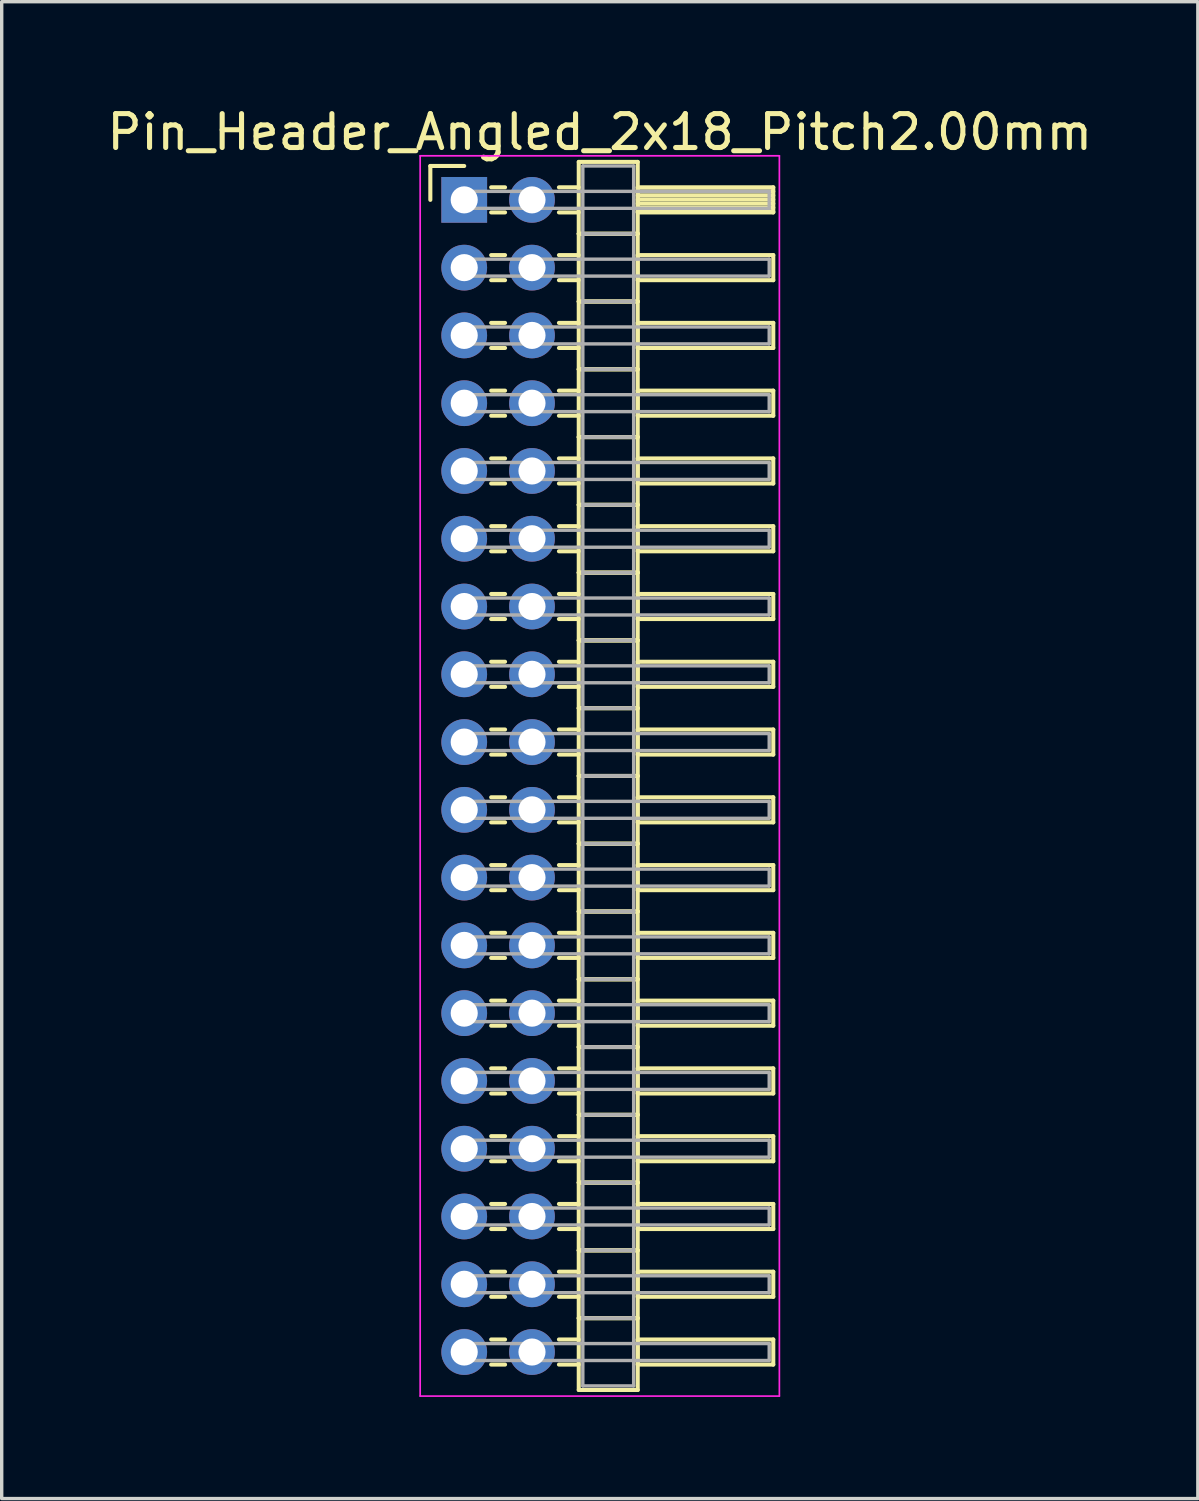
<source format=kicad_pcb>
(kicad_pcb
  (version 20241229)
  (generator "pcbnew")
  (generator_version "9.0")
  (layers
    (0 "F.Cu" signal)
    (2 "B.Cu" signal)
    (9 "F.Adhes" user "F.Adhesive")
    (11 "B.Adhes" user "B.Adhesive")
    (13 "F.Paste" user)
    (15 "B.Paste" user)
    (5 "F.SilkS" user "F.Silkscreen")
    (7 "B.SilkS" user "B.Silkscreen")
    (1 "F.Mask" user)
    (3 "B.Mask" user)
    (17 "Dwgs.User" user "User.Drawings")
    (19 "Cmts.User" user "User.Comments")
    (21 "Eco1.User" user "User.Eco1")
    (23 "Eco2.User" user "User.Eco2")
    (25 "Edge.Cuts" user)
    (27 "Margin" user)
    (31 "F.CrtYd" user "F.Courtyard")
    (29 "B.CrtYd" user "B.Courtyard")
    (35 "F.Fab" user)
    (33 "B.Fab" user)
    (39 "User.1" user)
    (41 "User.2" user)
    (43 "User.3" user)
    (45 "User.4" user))
  (footprint "Pin_Header_Angled_2x18_Pitch2.00mm"
    (layer "F.Cu")
    (at 10.649 2.848)
    (property "Reference" "Pin_Header_Angled_2x18_Pitch2.00mm" (at 4 -2 0) (layer "F.SilkS") (effects (font (size 1 1) (thickness 0.15))))
    (attr through_hole)
    (fp_line (start -1 -1) (end 0 -1) (stroke (width 0.12) (type solid)) (layer "F.SilkS"))
    (fp_line (start -1 0) (end -1 -1) (stroke (width 0.12) (type solid)) (layer "F.SilkS"))
    (fp_line (start 0.795 -0.37) (end 1.205 -0.37) (stroke (width 0.12) (type solid)) (layer "F.SilkS"))
    (fp_line (start 0.795 0.37) (end 1.205 0.37) (stroke (width 0.12) (type solid)) (layer "F.SilkS"))
    (fp_line (start 0.795 1.63) (end 1.205 1.63) (stroke (width 0.12) (type solid)) (layer "F.SilkS"))
    (fp_line (start 0.795 2.37) (end 1.205 2.37) (stroke (width 0.12) (type solid)) (layer "F.SilkS"))
    (fp_line (start 0.795 3.63) (end 1.205 3.63) (stroke (width 0.12) (type solid)) (layer "F.SilkS"))
    (fp_line (start 0.795 4.37) (end 1.205 4.37) (stroke (width 0.12) (type solid)) (layer "F.SilkS"))
    (fp_line (start 0.795 5.63) (end 1.205 5.63) (stroke (width 0.12) (type solid)) (layer "F.SilkS"))
    (fp_line (start 0.795 6.37) (end 1.205 6.37) (stroke (width 0.12) (type solid)) (layer "F.SilkS"))
    (fp_line (start 0.795 7.63) (end 1.205 7.63) (stroke (width 0.12) (type solid)) (layer "F.SilkS"))
    (fp_line (start 0.795 8.37) (end 1.205 8.37) (stroke (width 0.12) (type solid)) (layer "F.SilkS"))
    (fp_line (start 0.795 9.63) (end 1.205 9.63) (stroke (width 0.12) (type solid)) (layer "F.SilkS"))
    (fp_line (start 0.795 10.37) (end 1.205 10.37) (stroke (width 0.12) (type solid)) (layer "F.SilkS"))
    (fp_line (start 0.795 11.63) (end 1.205 11.63) (stroke (width 0.12) (type solid)) (layer "F.SilkS"))
    (fp_line (start 0.795 12.37) (end 1.205 12.37) (stroke (width 0.12) (type solid)) (layer "F.SilkS"))
    (fp_line (start 0.795 13.63) (end 1.205 13.63) (stroke (width 0.12) (type solid)) (layer "F.SilkS"))
    (fp_line (start 0.795 14.37) (end 1.205 14.37) (stroke (width 0.12) (type solid)) (layer "F.SilkS"))
    (fp_line (start 0.795 15.63) (end 1.205 15.63) (stroke (width 0.12) (type solid)) (layer "F.SilkS"))
    (fp_line (start 0.795 16.37) (end 1.205 16.37) (stroke (width 0.12) (type solid)) (layer "F.SilkS"))
    (fp_line (start 0.795 17.63) (end 1.205 17.63) (stroke (width 0.12) (type solid)) (layer "F.SilkS"))
    (fp_line (start 0.795 18.37) (end 1.205 18.37) (stroke (width 0.12) (type solid)) (layer "F.SilkS"))
    (fp_line (start 0.795 19.63) (end 1.205 19.63) (stroke (width 0.12) (type solid)) (layer "F.SilkS"))
    (fp_line (start 0.795 20.37) (end 1.205 20.37) (stroke (width 0.12) (type solid)) (layer "F.SilkS"))
    (fp_line (start 0.795 21.63) (end 1.205 21.63) (stroke (width 0.12) (type solid)) (layer "F.SilkS"))
    (fp_line (start 0.795 22.37) (end 1.205 22.37) (stroke (width 0.12) (type solid)) (layer "F.SilkS"))
    (fp_line (start 0.795 23.63) (end 1.205 23.63) (stroke (width 0.12) (type solid)) (layer "F.SilkS"))
    (fp_line (start 0.795 24.37) (end 1.205 24.37) (stroke (width 0.12) (type solid)) (layer "F.SilkS"))
    (fp_line (start 0.795 25.63) (end 1.205 25.63) (stroke (width 0.12) (type solid)) (layer "F.SilkS"))
    (fp_line (start 0.795 26.37) (end 1.205 26.37) (stroke (width 0.12) (type solid)) (layer "F.SilkS"))
    (fp_line (start 0.795 27.63) (end 1.205 27.63) (stroke (width 0.12) (type solid)) (layer "F.SilkS"))
    (fp_line (start 0.795 28.37) (end 1.205 28.37) (stroke (width 0.12) (type solid)) (layer "F.SilkS"))
    (fp_line (start 0.795 29.63) (end 1.205 29.63) (stroke (width 0.12) (type solid)) (layer "F.SilkS"))
    (fp_line (start 0.795 30.37) (end 1.205 30.37) (stroke (width 0.12) (type solid)) (layer "F.SilkS"))
    (fp_line (start 0.795 31.63) (end 1.205 31.63) (stroke (width 0.12) (type solid)) (layer "F.SilkS"))
    (fp_line (start 0.795 32.37) (end 1.205 32.37) (stroke (width 0.12) (type solid)) (layer "F.SilkS"))
    (fp_line (start 0.795 33.63) (end 1.205 33.63) (stroke (width 0.12) (type solid)) (layer "F.SilkS"))
    (fp_line (start 0.795 34.37) (end 1.205 34.37) (stroke (width 0.12) (type solid)) (layer "F.SilkS"))
    (fp_line (start 2.795 -0.37) (end 3.38 -0.37) (stroke (width 0.12) (type solid)) (layer "F.SilkS"))
    (fp_line (start 2.795 0.37) (end 3.38 0.37) (stroke (width 0.12) (type solid)) (layer "F.SilkS"))
    (fp_line (start 2.795 1.63) (end 3.38 1.63) (stroke (width 0.12) (type solid)) (layer "F.SilkS"))
    (fp_line (start 2.795 2.37) (end 3.38 2.37) (stroke (width 0.12) (type solid)) (layer "F.SilkS"))
    (fp_line (start 2.795 3.63) (end 3.38 3.63) (stroke (width 0.12) (type solid)) (layer "F.SilkS"))
    (fp_line (start 2.795 4.37) (end 3.38 4.37) (stroke (width 0.12) (type solid)) (layer "F.SilkS"))
    (fp_line (start 2.795 5.63) (end 3.38 5.63) (stroke (width 0.12) (type solid)) (layer "F.SilkS"))
    (fp_line (start 2.795 6.37) (end 3.38 6.37) (stroke (width 0.12) (type solid)) (layer "F.SilkS"))
    (fp_line (start 2.795 7.63) (end 3.38 7.63) (stroke (width 0.12) (type solid)) (layer "F.SilkS"))
    (fp_line (start 2.795 8.37) (end 3.38 8.37) (stroke (width 0.12) (type solid)) (layer "F.SilkS"))
    (fp_line (start 2.795 9.63) (end 3.38 9.63) (stroke (width 0.12) (type solid)) (layer "F.SilkS"))
    (fp_line (start 2.795 10.37) (end 3.38 10.37) (stroke (width 0.12) (type solid)) (layer "F.SilkS"))
    (fp_line (start 2.795 11.63) (end 3.38 11.63) (stroke (width 0.12) (type solid)) (layer "F.SilkS"))
    (fp_line (start 2.795 12.37) (end 3.38 12.37) (stroke (width 0.12) (type solid)) (layer "F.SilkS"))
    (fp_line (start 2.795 13.63) (end 3.38 13.63) (stroke (width 0.12) (type solid)) (layer "F.SilkS"))
    (fp_line (start 2.795 14.37) (end 3.38 14.37) (stroke (width 0.12) (type solid)) (layer "F.SilkS"))
    (fp_line (start 2.795 15.63) (end 3.38 15.63) (stroke (width 0.12) (type solid)) (layer "F.SilkS"))
    (fp_line (start 2.795 16.37) (end 3.38 16.37) (stroke (width 0.12) (type solid)) (layer "F.SilkS"))
    (fp_line (start 2.795 17.63) (end 3.38 17.63) (stroke (width 0.12) (type solid)) (layer "F.SilkS"))
    (fp_line (start 2.795 18.37) (end 3.38 18.37) (stroke (width 0.12) (type solid)) (layer "F.SilkS"))
    (fp_line (start 2.795 19.63) (end 3.38 19.63) (stroke (width 0.12) (type solid)) (layer "F.SilkS"))
    (fp_line (start 2.795 20.37) (end 3.38 20.37) (stroke (width 0.12) (type solid)) (layer "F.SilkS"))
    (fp_line (start 2.795 21.63) (end 3.38 21.63) (stroke (width 0.12) (type solid)) (layer "F.SilkS"))
    (fp_line (start 2.795 22.37) (end 3.38 22.37) (stroke (width 0.12) (type solid)) (layer "F.SilkS"))
    (fp_line (start 2.795 23.63) (end 3.38 23.63) (stroke (width 0.12) (type solid)) (layer "F.SilkS"))
    (fp_line (start 2.795 24.37) (end 3.38 24.37) (stroke (width 0.12) (type solid)) (layer "F.SilkS"))
    (fp_line (start 2.795 25.63) (end 3.38 25.63) (stroke (width 0.12) (type solid)) (layer "F.SilkS"))
    (fp_line (start 2.795 26.37) (end 3.38 26.37) (stroke (width 0.12) (type solid)) (layer "F.SilkS"))
    (fp_line (start 2.795 27.63) (end 3.38 27.63) (stroke (width 0.12) (type solid)) (layer "F.SilkS"))
    (fp_line (start 2.795 28.37) (end 3.38 28.37) (stroke (width 0.12) (type solid)) (layer "F.SilkS"))
    (fp_line (start 2.795 29.63) (end 3.38 29.63) (stroke (width 0.12) (type solid)) (layer "F.SilkS"))
    (fp_line (start 2.795 30.37) (end 3.38 30.37) (stroke (width 0.12) (type solid)) (layer "F.SilkS"))
    (fp_line (start 2.795 31.63) (end 3.38 31.63) (stroke (width 0.12) (type solid)) (layer "F.SilkS"))
    (fp_line (start 2.795 32.37) (end 3.38 32.37) (stroke (width 0.12) (type solid)) (layer "F.SilkS"))
    (fp_line (start 2.795 33.63) (end 3.38 33.63) (stroke (width 0.12) (type solid)) (layer "F.SilkS"))
    (fp_line (start 2.795 34.37) (end 3.38 34.37) (stroke (width 0.12) (type solid)) (layer "F.SilkS"))
    (fp_line (start 3.38 -1.12) (end 3.38 1) (stroke (width 0.12) (type solid)) (layer "F.SilkS"))
    (fp_line (start 3.38 1) (end 3.38 3) (stroke (width 0.12) (type solid)) (layer "F.SilkS"))
    (fp_line (start 3.38 1) (end 5.12 1) (stroke (width 0.12) (type solid)) (layer "F.SilkS"))
    (fp_line (start 3.38 3) (end 3.38 5) (stroke (width 0.12) (type solid)) (layer "F.SilkS"))
    (fp_line (start 3.38 3) (end 5.12 3) (stroke (width 0.12) (type solid)) (layer "F.SilkS"))
    (fp_line (start 3.38 5) (end 3.38 7) (stroke (width 0.12) (type solid)) (layer "F.SilkS"))
    (fp_line (start 3.38 5) (end 5.12 5) (stroke (width 0.12) (type solid)) (layer "F.SilkS"))
    (fp_line (start 3.38 7) (end 3.38 9) (stroke (width 0.12) (type solid)) (layer "F.SilkS"))
    (fp_line (start 3.38 7) (end 5.12 7) (stroke (width 0.12) (type solid)) (layer "F.SilkS"))
    (fp_line (start 3.38 9) (end 3.38 11) (stroke (width 0.12) (type solid)) (layer "F.SilkS"))
    (fp_line (start 3.38 9) (end 5.12 9) (stroke (width 0.12) (type solid)) (layer "F.SilkS"))
    (fp_line (start 3.38 11) (end 3.38 13) (stroke (width 0.12) (type solid)) (layer "F.SilkS"))
    (fp_line (start 3.38 11) (end 5.12 11) (stroke (width 0.12) (type solid)) (layer "F.SilkS"))
    (fp_line (start 3.38 13) (end 3.38 15) (stroke (width 0.12) (type solid)) (layer "F.SilkS"))
    (fp_line (start 3.38 13) (end 5.12 13) (stroke (width 0.12) (type solid)) (layer "F.SilkS"))
    (fp_line (start 3.38 15) (end 3.38 17) (stroke (width 0.12) (type solid)) (layer "F.SilkS"))
    (fp_line (start 3.38 15) (end 5.12 15) (stroke (width 0.12) (type solid)) (layer "F.SilkS"))
    (fp_line (start 3.38 17) (end 3.38 19) (stroke (width 0.12) (type solid)) (layer "F.SilkS"))
    (fp_line (start 3.38 17) (end 5.12 17) (stroke (width 0.12) (type solid)) (layer "F.SilkS"))
    (fp_line (start 3.38 19) (end 3.38 21) (stroke (width 0.12) (type solid)) (layer "F.SilkS"))
    (fp_line (start 3.38 19) (end 5.12 19) (stroke (width 0.12) (type solid)) (layer "F.SilkS"))
    (fp_line (start 3.38 21) (end 3.38 23) (stroke (width 0.12) (type solid)) (layer "F.SilkS"))
    (fp_line (start 3.38 21) (end 5.12 21) (stroke (width 0.12) (type solid)) (layer "F.SilkS"))
    (fp_line (start 3.38 23) (end 3.38 25) (stroke (width 0.12) (type solid)) (layer "F.SilkS"))
    (fp_line (start 3.38 23) (end 5.12 23) (stroke (width 0.12) (type solid)) (layer "F.SilkS"))
    (fp_line (start 3.38 25) (end 3.38 27) (stroke (width 0.12) (type solid)) (layer "F.SilkS"))
    (fp_line (start 3.38 25) (end 5.12 25) (stroke (width 0.12) (type solid)) (layer "F.SilkS"))
    (fp_line (start 3.38 27) (end 3.38 29) (stroke (width 0.12) (type solid)) (layer "F.SilkS"))
    (fp_line (start 3.38 27) (end 5.12 27) (stroke (width 0.12) (type solid)) (layer "F.SilkS"))
    (fp_line (start 3.38 29) (end 3.38 31) (stroke (width 0.12) (type solid)) (layer "F.SilkS"))
    (fp_line (start 3.38 29) (end 5.12 29) (stroke (width 0.12) (type solid)) (layer "F.SilkS"))
    (fp_line (start 3.38 31) (end 3.38 33) (stroke (width 0.12) (type solid)) (layer "F.SilkS"))
    (fp_line (start 3.38 31) (end 5.12 31) (stroke (width 0.12) (type solid)) (layer "F.SilkS"))
    (fp_line (start 3.38 33) (end 3.38 35.12) (stroke (width 0.12) (type solid)) (layer "F.SilkS"))
    (fp_line (start 3.38 33) (end 5.12 33) (stroke (width 0.12) (type solid)) (layer "F.SilkS"))
    (fp_line (start 3.38 35.12) (end 5.12 35.12) (stroke (width 0.12) (type solid)) (layer "F.SilkS"))
    (fp_line (start 5.12 -1.12) (end 3.38 -1.12) (stroke (width 0.12) (type solid)) (layer "F.SilkS"))
    (fp_line (start 5.12 -0.37) (end 5.12 0.37) (stroke (width 0.12) (type solid)) (layer "F.SilkS"))
    (fp_line (start 5.12 -0.25) (end 9.12 -0.25) (stroke (width 0.12) (type solid)) (layer "F.SilkS"))
    (fp_line (start 5.12 -0.13) (end 9.12 -0.13) (stroke (width 0.12) (type solid)) (layer "F.SilkS"))
    (fp_line (start 5.12 -0.01) (end 9.12 -0.01) (stroke (width 0.12) (type solid)) (layer "F.SilkS"))
    (fp_line (start 5.12 0.11) (end 9.12 0.11) (stroke (width 0.12) (type solid)) (layer "F.SilkS"))
    (fp_line (start 5.12 0.23) (end 9.12 0.23) (stroke (width 0.12) (type solid)) (layer "F.SilkS"))
    (fp_line (start 5.12 0.35) (end 9.12 0.35) (stroke (width 0.12) (type solid)) (layer "F.SilkS"))
    (fp_line (start 5.12 0.37) (end 9.12 0.37) (stroke (width 0.12) (type solid)) (layer "F.SilkS"))
    (fp_line (start 5.12 1) (end 3.38 1) (stroke (width 0.12) (type solid)) (layer "F.SilkS"))
    (fp_line (start 5.12 1) (end 5.12 -1.12) (stroke (width 0.12) (type solid)) (layer "F.SilkS"))
    (fp_line (start 5.12 1.63) (end 5.12 2.37) (stroke (width 0.12) (type solid)) (layer "F.SilkS"))
    (fp_line (start 5.12 2.37) (end 9.12 2.37) (stroke (width 0.12) (type solid)) (layer "F.SilkS"))
    (fp_line (start 5.12 3) (end 3.38 3) (stroke (width 0.12) (type solid)) (layer "F.SilkS"))
    (fp_line (start 5.12 3) (end 5.12 1) (stroke (width 0.12) (type solid)) (layer "F.SilkS"))
    (fp_line (start 5.12 3.63) (end 5.12 4.37) (stroke (width 0.12) (type solid)) (layer "F.SilkS"))
    (fp_line (start 5.12 4.37) (end 9.12 4.37) (stroke (width 0.12) (type solid)) (layer "F.SilkS"))
    (fp_line (start 5.12 5) (end 3.38 5) (stroke (width 0.12) (type solid)) (layer "F.SilkS"))
    (fp_line (start 5.12 5) (end 5.12 3) (stroke (width 0.12) (type solid)) (layer "F.SilkS"))
    (fp_line (start 5.12 5.63) (end 5.12 6.37) (stroke (width 0.12) (type solid)) (layer "F.SilkS"))
    (fp_line (start 5.12 6.37) (end 9.12 6.37) (stroke (width 0.12) (type solid)) (layer "F.SilkS"))
    (fp_line (start 5.12 7) (end 3.38 7) (stroke (width 0.12) (type solid)) (layer "F.SilkS"))
    (fp_line (start 5.12 7) (end 5.12 5) (stroke (width 0.12) (type solid)) (layer "F.SilkS"))
    (fp_line (start 5.12 7.63) (end 5.12 8.37) (stroke (width 0.12) (type solid)) (layer "F.SilkS"))
    (fp_line (start 5.12 8.37) (end 9.12 8.37) (stroke (width 0.12) (type solid)) (layer "F.SilkS"))
    (fp_line (start 5.12 9) (end 3.38 9) (stroke (width 0.12) (type solid)) (layer "F.SilkS"))
    (fp_line (start 5.12 9) (end 5.12 7) (stroke (width 0.12) (type solid)) (layer "F.SilkS"))
    (fp_line (start 5.12 9.63) (end 5.12 10.37) (stroke (width 0.12) (type solid)) (layer "F.SilkS"))
    (fp_line (start 5.12 10.37) (end 9.12 10.37) (stroke (width 0.12) (type solid)) (layer "F.SilkS"))
    (fp_line (start 5.12 11) (end 3.38 11) (stroke (width 0.12) (type solid)) (layer "F.SilkS"))
    (fp_line (start 5.12 11) (end 5.12 9) (stroke (width 0.12) (type solid)) (layer "F.SilkS"))
    (fp_line (start 5.12 11.63) (end 5.12 12.37) (stroke (width 0.12) (type solid)) (layer "F.SilkS"))
    (fp_line (start 5.12 12.37) (end 9.12 12.37) (stroke (width 0.12) (type solid)) (layer "F.SilkS"))
    (fp_line (start 5.12 13) (end 3.38 13) (stroke (width 0.12) (type solid)) (layer "F.SilkS"))
    (fp_line (start 5.12 13) (end 5.12 11) (stroke (width 0.12) (type solid)) (layer "F.SilkS"))
    (fp_line (start 5.12 13.63) (end 5.12 14.37) (stroke (width 0.12) (type solid)) (layer "F.SilkS"))
    (fp_line (start 5.12 14.37) (end 9.12 14.37) (stroke (width 0.12) (type solid)) (layer "F.SilkS"))
    (fp_line (start 5.12 15) (end 3.38 15) (stroke (width 0.12) (type solid)) (layer "F.SilkS"))
    (fp_line (start 5.12 15) (end 5.12 13) (stroke (width 0.12) (type solid)) (layer "F.SilkS"))
    (fp_line (start 5.12 15.63) (end 5.12 16.37) (stroke (width 0.12) (type solid)) (layer "F.SilkS"))
    (fp_line (start 5.12 16.37) (end 9.12 16.37) (stroke (width 0.12) (type solid)) (layer "F.SilkS"))
    (fp_line (start 5.12 17) (end 3.38 17) (stroke (width 0.12) (type solid)) (layer "F.SilkS"))
    (fp_line (start 5.12 17) (end 5.12 15) (stroke (width 0.12) (type solid)) (layer "F.SilkS"))
    (fp_line (start 5.12 17.63) (end 5.12 18.37) (stroke (width 0.12) (type solid)) (layer "F.SilkS"))
    (fp_line (start 5.12 18.37) (end 9.12 18.37) (stroke (width 0.12) (type solid)) (layer "F.SilkS"))
    (fp_line (start 5.12 19) (end 3.38 19) (stroke (width 0.12) (type solid)) (layer "F.SilkS"))
    (fp_line (start 5.12 19) (end 5.12 17) (stroke (width 0.12) (type solid)) (layer "F.SilkS"))
    (fp_line (start 5.12 19.63) (end 5.12 20.37) (stroke (width 0.12) (type solid)) (layer "F.SilkS"))
    (fp_line (start 5.12 20.37) (end 9.12 20.37) (stroke (width 0.12) (type solid)) (layer "F.SilkS"))
    (fp_line (start 5.12 21) (end 3.38 21) (stroke (width 0.12) (type solid)) (layer "F.SilkS"))
    (fp_line (start 5.12 21) (end 5.12 19) (stroke (width 0.12) (type solid)) (layer "F.SilkS"))
    (fp_line (start 5.12 21.63) (end 5.12 22.37) (stroke (width 0.12) (type solid)) (layer "F.SilkS"))
    (fp_line (start 5.12 22.37) (end 9.12 22.37) (stroke (width 0.12) (type solid)) (layer "F.SilkS"))
    (fp_line (start 5.12 23) (end 3.38 23) (stroke (width 0.12) (type solid)) (layer "F.SilkS"))
    (fp_line (start 5.12 23) (end 5.12 21) (stroke (width 0.12) (type solid)) (layer "F.SilkS"))
    (fp_line (start 5.12 23.63) (end 5.12 24.37) (stroke (width 0.12) (type solid)) (layer "F.SilkS"))
    (fp_line (start 5.12 24.37) (end 9.12 24.37) (stroke (width 0.12) (type solid)) (layer "F.SilkS"))
    (fp_line (start 5.12 25) (end 3.38 25) (stroke (width 0.12) (type solid)) (layer "F.SilkS"))
    (fp_line (start 5.12 25) (end 5.12 23) (stroke (width 0.12) (type solid)) (layer "F.SilkS"))
    (fp_line (start 5.12 25.63) (end 5.12 26.37) (stroke (width 0.12) (type solid)) (layer "F.SilkS"))
    (fp_line (start 5.12 26.37) (end 9.12 26.37) (stroke (width 0.12) (type solid)) (layer "F.SilkS"))
    (fp_line (start 5.12 27) (end 3.38 27) (stroke (width 0.12) (type solid)) (layer "F.SilkS"))
    (fp_line (start 5.12 27) (end 5.12 25) (stroke (width 0.12) (type solid)) (layer "F.SilkS"))
    (fp_line (start 5.12 27.63) (end 5.12 28.37) (stroke (width 0.12) (type solid)) (layer "F.SilkS"))
    (fp_line (start 5.12 28.37) (end 9.12 28.37) (stroke (width 0.12) (type solid)) (layer "F.SilkS"))
    (fp_line (start 5.12 29) (end 3.38 29) (stroke (width 0.12) (type solid)) (layer "F.SilkS"))
    (fp_line (start 5.12 29) (end 5.12 27) (stroke (width 0.12) (type solid)) (layer "F.SilkS"))
    (fp_line (start 5.12 29.63) (end 5.12 30.37) (stroke (width 0.12) (type solid)) (layer "F.SilkS"))
    (fp_line (start 5.12 30.37) (end 9.12 30.37) (stroke (width 0.12) (type solid)) (layer "F.SilkS"))
    (fp_line (start 5.12 31) (end 3.38 31) (stroke (width 0.12) (type solid)) (layer "F.SilkS"))
    (fp_line (start 5.12 31) (end 5.12 29) (stroke (width 0.12) (type solid)) (layer "F.SilkS"))
    (fp_line (start 5.12 31.63) (end 5.12 32.37) (stroke (width 0.12) (type solid)) (layer "F.SilkS"))
    (fp_line (start 5.12 32.37) (end 9.12 32.37) (stroke (width 0.12) (type solid)) (layer "F.SilkS"))
    (fp_line (start 5.12 33) (end 3.38 33) (stroke (width 0.12) (type solid)) (layer "F.SilkS"))
    (fp_line (start 5.12 33) (end 5.12 31) (stroke (width 0.12) (type solid)) (layer "F.SilkS"))
    (fp_line (start 5.12 33.63) (end 5.12 34.37) (stroke (width 0.12) (type solid)) (layer "F.SilkS"))
    (fp_line (start 5.12 34.37) (end 9.12 34.37) (stroke (width 0.12) (type solid)) (layer "F.SilkS"))
    (fp_line (start 5.12 35.12) (end 5.12 33) (stroke (width 0.12) (type solid)) (layer "F.SilkS"))
    (fp_line (start 9.12 -0.37) (end 5.12 -0.37) (stroke (width 0.12) (type solid)) (layer "F.SilkS"))
    (fp_line (start 9.12 0.37) (end 9.12 -0.37) (stroke (width 0.12) (type solid)) (layer "F.SilkS"))
    (fp_line (start 9.12 1.63) (end 5.12 1.63) (stroke (width 0.12) (type solid)) (layer "F.SilkS"))
    (fp_line (start 9.12 2.37) (end 9.12 1.63) (stroke (width 0.12) (type solid)) (layer "F.SilkS"))
    (fp_line (start 9.12 3.63) (end 5.12 3.63) (stroke (width 0.12) (type solid)) (layer "F.SilkS"))
    (fp_line (start 9.12 4.37) (end 9.12 3.63) (stroke (width 0.12) (type solid)) (layer "F.SilkS"))
    (fp_line (start 9.12 5.63) (end 5.12 5.63) (stroke (width 0.12) (type solid)) (layer "F.SilkS"))
    (fp_line (start 9.12 6.37) (end 9.12 5.63) (stroke (width 0.12) (type solid)) (layer "F.SilkS"))
    (fp_line (start 9.12 7.63) (end 5.12 7.63) (stroke (width 0.12) (type solid)) (layer "F.SilkS"))
    (fp_line (start 9.12 8.37) (end 9.12 7.63) (stroke (width 0.12) (type solid)) (layer "F.SilkS"))
    (fp_line (start 9.12 9.63) (end 5.12 9.63) (stroke (width 0.12) (type solid)) (layer "F.SilkS"))
    (fp_line (start 9.12 10.37) (end 9.12 9.63) (stroke (width 0.12) (type solid)) (layer "F.SilkS"))
    (fp_line (start 9.12 11.63) (end 5.12 11.63) (stroke (width 0.12) (type solid)) (layer "F.SilkS"))
    (fp_line (start 9.12 12.37) (end 9.12 11.63) (stroke (width 0.12) (type solid)) (layer "F.SilkS"))
    (fp_line (start 9.12 13.63) (end 5.12 13.63) (stroke (width 0.12) (type solid)) (layer "F.SilkS"))
    (fp_line (start 9.12 14.37) (end 9.12 13.63) (stroke (width 0.12) (type solid)) (layer "F.SilkS"))
    (fp_line (start 9.12 15.63) (end 5.12 15.63) (stroke (width 0.12) (type solid)) (layer "F.SilkS"))
    (fp_line (start 9.12 16.37) (end 9.12 15.63) (stroke (width 0.12) (type solid)) (layer "F.SilkS"))
    (fp_line (start 9.12 17.63) (end 5.12 17.63) (stroke (width 0.12) (type solid)) (layer "F.SilkS"))
    (fp_line (start 9.12 18.37) (end 9.12 17.63) (stroke (width 0.12) (type solid)) (layer "F.SilkS"))
    (fp_line (start 9.12 19.63) (end 5.12 19.63) (stroke (width 0.12) (type solid)) (layer "F.SilkS"))
    (fp_line (start 9.12 20.37) (end 9.12 19.63) (stroke (width 0.12) (type solid)) (layer "F.SilkS"))
    (fp_line (start 9.12 21.63) (end 5.12 21.63) (stroke (width 0.12) (type solid)) (layer "F.SilkS"))
    (fp_line (start 9.12 22.37) (end 9.12 21.63) (stroke (width 0.12) (type solid)) (layer "F.SilkS"))
    (fp_line (start 9.12 23.63) (end 5.12 23.63) (stroke (width 0.12) (type solid)) (layer "F.SilkS"))
    (fp_line (start 9.12 24.37) (end 9.12 23.63) (stroke (width 0.12) (type solid)) (layer "F.SilkS"))
    (fp_line (start 9.12 25.63) (end 5.12 25.63) (stroke (width 0.12) (type solid)) (layer "F.SilkS"))
    (fp_line (start 9.12 26.37) (end 9.12 25.63) (stroke (width 0.12) (type solid)) (layer "F.SilkS"))
    (fp_line (start 9.12 27.63) (end 5.12 27.63) (stroke (width 0.12) (type solid)) (layer "F.SilkS"))
    (fp_line (start 9.12 28.37) (end 9.12 27.63) (stroke (width 0.12) (type solid)) (layer "F.SilkS"))
    (fp_line (start 9.12 29.63) (end 5.12 29.63) (stroke (width 0.12) (type solid)) (layer "F.SilkS"))
    (fp_line (start 9.12 30.37) (end 9.12 29.63) (stroke (width 0.12) (type solid)) (layer "F.SilkS"))
    (fp_line (start 9.12 31.63) (end 5.12 31.63) (stroke (width 0.12) (type solid)) (layer "F.SilkS"))
    (fp_line (start 9.12 32.37) (end 9.12 31.63) (stroke (width 0.12) (type solid)) (layer "F.SilkS"))
    (fp_line (start 9.12 33.63) (end 5.12 33.63) (stroke (width 0.12) (type solid)) (layer "F.SilkS"))
    (fp_line (start 9.12 34.37) (end 9.12 33.63) (stroke (width 0.12) (type solid)) (layer "F.SilkS"))
    (fp_line (start -1.3 -1.3) (end -1.3 35.3) (stroke (width 0.05) (type solid)) (layer "F.CrtYd"))
    (fp_line (start -1.3 35.3) (end 9.3 35.3) (stroke (width 0.05) (type solid)) (layer "F.CrtYd"))
    (fp_line (start 9.3 -1.3) (end -1.3 -1.3) (stroke (width 0.05) (type solid)) (layer "F.CrtYd"))
    (fp_line (start 9.3 35.3) (end 9.3 -1.3) (stroke (width 0.05) (type solid)) (layer "F.CrtYd"))
    (fp_line (start 0 -0.25) (end 0 0.25) (stroke (width 0.1) (type solid)) (layer "F.Fab"))
    (fp_line (start 0 0.25) (end 9 0.25) (stroke (width 0.1) (type solid)) (layer "F.Fab"))
    (fp_line (start 0 1.75) (end 0 2.25) (stroke (width 0.1) (type solid)) (layer "F.Fab"))
    (fp_line (start 0 2.25) (end 9 2.25) (stroke (width 0.1) (type solid)) (layer "F.Fab"))
    (fp_line (start 0 3.75) (end 0 4.25) (stroke (width 0.1) (type solid)) (layer "F.Fab"))
    (fp_line (start 0 4.25) (end 9 4.25) (stroke (width 0.1) (type solid)) (layer "F.Fab"))
    (fp_line (start 0 5.75) (end 0 6.25) (stroke (width 0.1) (type solid)) (layer "F.Fab"))
    (fp_line (start 0 6.25) (end 9 6.25) (stroke (width 0.1) (type solid)) (layer "F.Fab"))
    (fp_line (start 0 7.75) (end 0 8.25) (stroke (width 0.1) (type solid)) (layer "F.Fab"))
    (fp_line (start 0 8.25) (end 9 8.25) (stroke (width 0.1) (type solid)) (layer "F.Fab"))
    (fp_line (start 0 9.75) (end 0 10.25) (stroke (width 0.1) (type solid)) (layer "F.Fab"))
    (fp_line (start 0 10.25) (end 9 10.25) (stroke (width 0.1) (type solid)) (layer "F.Fab"))
    (fp_line (start 0 11.75) (end 0 12.25) (stroke (width 0.1) (type solid)) (layer "F.Fab"))
    (fp_line (start 0 12.25) (end 9 12.25) (stroke (width 0.1) (type solid)) (layer "F.Fab"))
    (fp_line (start 0 13.75) (end 0 14.25) (stroke (width 0.1) (type solid)) (layer "F.Fab"))
    (fp_line (start 0 14.25) (end 9 14.25) (stroke (width 0.1) (type solid)) (layer "F.Fab"))
    (fp_line (start 0 15.75) (end 0 16.25) (stroke (width 0.1) (type solid)) (layer "F.Fab"))
    (fp_line (start 0 16.25) (end 9 16.25) (stroke (width 0.1) (type solid)) (layer "F.Fab"))
    (fp_line (start 0 17.75) (end 0 18.25) (stroke (width 0.1) (type solid)) (layer "F.Fab"))
    (fp_line (start 0 18.25) (end 9 18.25) (stroke (width 0.1) (type solid)) (layer "F.Fab"))
    (fp_line (start 0 19.75) (end 0 20.25) (stroke (width 0.1) (type solid)) (layer "F.Fab"))
    (fp_line (start 0 20.25) (end 9 20.25) (stroke (width 0.1) (type solid)) (layer "F.Fab"))
    (fp_line (start 0 21.75) (end 0 22.25) (stroke (width 0.1) (type solid)) (layer "F.Fab"))
    (fp_line (start 0 22.25) (end 9 22.25) (stroke (width 0.1) (type solid)) (layer "F.Fab"))
    (fp_line (start 0 23.75) (end 0 24.25) (stroke (width 0.1) (type solid)) (layer "F.Fab"))
    (fp_line (start 0 24.25) (end 9 24.25) (stroke (width 0.1) (type solid)) (layer "F.Fab"))
    (fp_line (start 0 25.75) (end 0 26.25) (stroke (width 0.1) (type solid)) (layer "F.Fab"))
    (fp_line (start 0 26.25) (end 9 26.25) (stroke (width 0.1) (type solid)) (layer "F.Fab"))
    (fp_line (start 0 27.75) (end 0 28.25) (stroke (width 0.1) (type solid)) (layer "F.Fab"))
    (fp_line (start 0 28.25) (end 9 28.25) (stroke (width 0.1) (type solid)) (layer "F.Fab"))
    (fp_line (start 0 29.75) (end 0 30.25) (stroke (width 0.1) (type solid)) (layer "F.Fab"))
    (fp_line (start 0 30.25) (end 9 30.25) (stroke (width 0.1) (type solid)) (layer "F.Fab"))
    (fp_line (start 0 31.75) (end 0 32.25) (stroke (width 0.1) (type solid)) (layer "F.Fab"))
    (fp_line (start 0 32.25) (end 9 32.25) (stroke (width 0.1) (type solid)) (layer "F.Fab"))
    (fp_line (start 0 33.75) (end 0 34.25) (stroke (width 0.1) (type solid)) (layer "F.Fab"))
    (fp_line (start 0 34.25) (end 9 34.25) (stroke (width 0.1) (type solid)) (layer "F.Fab"))
    (fp_line (start 3.5 -1) (end 3.5 1) (stroke (width 0.1) (type solid)) (layer "F.Fab"))
    (fp_line (start 3.5 1) (end 3.5 3) (stroke (width 0.1) (type solid)) (layer "F.Fab"))
    (fp_line (start 3.5 1) (end 5 1) (stroke (width 0.1) (type solid)) (layer "F.Fab"))
    (fp_line (start 3.5 3) (end 3.5 5) (stroke (width 0.1) (type solid)) (layer "F.Fab"))
    (fp_line (start 3.5 3) (end 5 3) (stroke (width 0.1) (type solid)) (layer "F.Fab"))
    (fp_line (start 3.5 5) (end 3.5 7) (stroke (width 0.1) (type solid)) (layer "F.Fab"))
    (fp_line (start 3.5 5) (end 5 5) (stroke (width 0.1) (type solid)) (layer "F.Fab"))
    (fp_line (start 3.5 7) (end 3.5 9) (stroke (width 0.1) (type solid)) (layer "F.Fab"))
    (fp_line (start 3.5 7) (end 5 7) (stroke (width 0.1) (type solid)) (layer "F.Fab"))
    (fp_line (start 3.5 9) (end 3.5 11) (stroke (width 0.1) (type solid)) (layer "F.Fab"))
    (fp_line (start 3.5 9) (end 5 9) (stroke (width 0.1) (type solid)) (layer "F.Fab"))
    (fp_line (start 3.5 11) (end 3.5 13) (stroke (width 0.1) (type solid)) (layer "F.Fab"))
    (fp_line (start 3.5 11) (end 5 11) (stroke (width 0.1) (type solid)) (layer "F.Fab"))
    (fp_line (start 3.5 13) (end 3.5 15) (stroke (width 0.1) (type solid)) (layer "F.Fab"))
    (fp_line (start 3.5 13) (end 5 13) (stroke (width 0.1) (type solid)) (layer "F.Fab"))
    (fp_line (start 3.5 15) (end 3.5 17) (stroke (width 0.1) (type solid)) (layer "F.Fab"))
    (fp_line (start 3.5 15) (end 5 15) (stroke (width 0.1) (type solid)) (layer "F.Fab"))
    (fp_line (start 3.5 17) (end 3.5 19) (stroke (width 0.1) (type solid)) (layer "F.Fab"))
    (fp_line (start 3.5 17) (end 5 17) (stroke (width 0.1) (type solid)) (layer "F.Fab"))
    (fp_line (start 3.5 19) (end 3.5 21) (stroke (width 0.1) (type solid)) (layer "F.Fab"))
    (fp_line (start 3.5 19) (end 5 19) (stroke (width 0.1) (type solid)) (layer "F.Fab"))
    (fp_line (start 3.5 21) (end 3.5 23) (stroke (width 0.1) (type solid)) (layer "F.Fab"))
    (fp_line (start 3.5 21) (end 5 21) (stroke (width 0.1) (type solid)) (layer "F.Fab"))
    (fp_line (start 3.5 23) (end 3.5 25) (stroke (width 0.1) (type solid)) (layer "F.Fab"))
    (fp_line (start 3.5 23) (end 5 23) (stroke (width 0.1) (type solid)) (layer "F.Fab"))
    (fp_line (start 3.5 25) (end 3.5 27) (stroke (width 0.1) (type solid)) (layer "F.Fab"))
    (fp_line (start 3.5 25) (end 5 25) (stroke (width 0.1) (type solid)) (layer "F.Fab"))
    (fp_line (start 3.5 27) (end 3.5 29) (stroke (width 0.1) (type solid)) (layer "F.Fab"))
    (fp_line (start 3.5 27) (end 5 27) (stroke (width 0.1) (type solid)) (layer "F.Fab"))
    (fp_line (start 3.5 29) (end 3.5 31) (stroke (width 0.1) (type solid)) (layer "F.Fab"))
    (fp_line (start 3.5 29) (end 5 29) (stroke (width 0.1) (type solid)) (layer "F.Fab"))
    (fp_line (start 3.5 31) (end 3.5 33) (stroke (width 0.1) (type solid)) (layer "F.Fab"))
    (fp_line (start 3.5 31) (end 5 31) (stroke (width 0.1) (type solid)) (layer "F.Fab"))
    (fp_line (start 3.5 33) (end 3.5 35) (stroke (width 0.1) (type solid)) (layer "F.Fab"))
    (fp_line (start 3.5 33) (end 5 33) (stroke (width 0.1) (type solid)) (layer "F.Fab"))
    (fp_line (start 3.5 35) (end 5 35) (stroke (width 0.1) (type solid)) (layer "F.Fab"))
    (fp_line (start 5 -1) (end 3.5 -1) (stroke (width 0.1) (type solid)) (layer "F.Fab"))
    (fp_line (start 5 1) (end 3.5 1) (stroke (width 0.1) (type solid)) (layer "F.Fab"))
    (fp_line (start 5 1) (end 5 -1) (stroke (width 0.1) (type solid)) (layer "F.Fab"))
    (fp_line (start 5 3) (end 3.5 3) (stroke (width 0.1) (type solid)) (layer "F.Fab"))
    (fp_line (start 5 3) (end 5 1) (stroke (width 0.1) (type solid)) (layer "F.Fab"))
    (fp_line (start 5 5) (end 3.5 5) (stroke (width 0.1) (type solid)) (layer "F.Fab"))
    (fp_line (start 5 5) (end 5 3) (stroke (width 0.1) (type solid)) (layer "F.Fab"))
    (fp_line (start 5 7) (end 3.5 7) (stroke (width 0.1) (type solid)) (layer "F.Fab"))
    (fp_line (start 5 7) (end 5 5) (stroke (width 0.1) (type solid)) (layer "F.Fab"))
    (fp_line (start 5 9) (end 3.5 9) (stroke (width 0.1) (type solid)) (layer "F.Fab"))
    (fp_line (start 5 9) (end 5 7) (stroke (width 0.1) (type solid)) (layer "F.Fab"))
    (fp_line (start 5 11) (end 3.5 11) (stroke (width 0.1) (type solid)) (layer "F.Fab"))
    (fp_line (start 5 11) (end 5 9) (stroke (width 0.1) (type solid)) (layer "F.Fab"))
    (fp_line (start 5 13) (end 3.5 13) (stroke (width 0.1) (type solid)) (layer "F.Fab"))
    (fp_line (start 5 13) (end 5 11) (stroke (width 0.1) (type solid)) (layer "F.Fab"))
    (fp_line (start 5 15) (end 3.5 15) (stroke (width 0.1) (type solid)) (layer "F.Fab"))
    (fp_line (start 5 15) (end 5 13) (stroke (width 0.1) (type solid)) (layer "F.Fab"))
    (fp_line (start 5 17) (end 3.5 17) (stroke (width 0.1) (type solid)) (layer "F.Fab"))
    (fp_line (start 5 17) (end 5 15) (stroke (width 0.1) (type solid)) (layer "F.Fab"))
    (fp_line (start 5 19) (end 3.5 19) (stroke (width 0.1) (type solid)) (layer "F.Fab"))
    (fp_line (start 5 19) (end 5 17) (stroke (width 0.1) (type solid)) (layer "F.Fab"))
    (fp_line (start 5 21) (end 3.5 21) (stroke (width 0.1) (type solid)) (layer "F.Fab"))
    (fp_line (start 5 21) (end 5 19) (stroke (width 0.1) (type solid)) (layer "F.Fab"))
    (fp_line (start 5 23) (end 3.5 23) (stroke (width 0.1) (type solid)) (layer "F.Fab"))
    (fp_line (start 5 23) (end 5 21) (stroke (width 0.1) (type solid)) (layer "F.Fab"))
    (fp_line (start 5 25) (end 3.5 25) (stroke (width 0.1) (type solid)) (layer "F.Fab"))
    (fp_line (start 5 25) (end 5 23) (stroke (width 0.1) (type solid)) (layer "F.Fab"))
    (fp_line (start 5 27) (end 3.5 27) (stroke (width 0.1) (type solid)) (layer "F.Fab"))
    (fp_line (start 5 27) (end 5 25) (stroke (width 0.1) (type solid)) (layer "F.Fab"))
    (fp_line (start 5 29) (end 3.5 29) (stroke (width 0.1) (type solid)) (layer "F.Fab"))
    (fp_line (start 5 29) (end 5 27) (stroke (width 0.1) (type solid)) (layer "F.Fab"))
    (fp_line (start 5 31) (end 3.5 31) (stroke (width 0.1) (type solid)) (layer "F.Fab"))
    (fp_line (start 5 31) (end 5 29) (stroke (width 0.1) (type solid)) (layer "F.Fab"))
    (fp_line (start 5 33) (end 3.5 33) (stroke (width 0.1) (type solid)) (layer "F.Fab"))
    (fp_line (start 5 33) (end 5 31) (stroke (width 0.1) (type solid)) (layer "F.Fab"))
    (fp_line (start 5 35) (end 5 33) (stroke (width 0.1) (type solid)) (layer "F.Fab"))
    (fp_line (start 9 -0.25) (end 0 -0.25) (stroke (width 0.1) (type solid)) (layer "F.Fab"))
    (fp_line (start 9 0.25) (end 9 -0.25) (stroke (width 0.1) (type solid)) (layer "F.Fab"))
    (fp_line (start 9 1.75) (end 0 1.75) (stroke (width 0.1) (type solid)) (layer "F.Fab"))
    (fp_line (start 9 2.25) (end 9 1.75) (stroke (width 0.1) (type solid)) (layer "F.Fab"))
    (fp_line (start 9 3.75) (end 0 3.75) (stroke (width 0.1) (type solid)) (layer "F.Fab"))
    (fp_line (start 9 4.25) (end 9 3.75) (stroke (width 0.1) (type solid)) (layer "F.Fab"))
    (fp_line (start 9 5.75) (end 0 5.75) (stroke (width 0.1) (type solid)) (layer "F.Fab"))
    (fp_line (start 9 6.25) (end 9 5.75) (stroke (width 0.1) (type solid)) (layer "F.Fab"))
    (fp_line (start 9 7.75) (end 0 7.75) (stroke (width 0.1) (type solid)) (layer "F.Fab"))
    (fp_line (start 9 8.25) (end 9 7.75) (stroke (width 0.1) (type solid)) (layer "F.Fab"))
    (fp_line (start 9 9.75) (end 0 9.75) (stroke (width 0.1) (type solid)) (layer "F.Fab"))
    (fp_line (start 9 10.25) (end 9 9.75) (stroke (width 0.1) (type solid)) (layer "F.Fab"))
    (fp_line (start 9 11.75) (end 0 11.75) (stroke (width 0.1) (type solid)) (layer "F.Fab"))
    (fp_line (start 9 12.25) (end 9 11.75) (stroke (width 0.1) (type solid)) (layer "F.Fab"))
    (fp_line (start 9 13.75) (end 0 13.75) (stroke (width 0.1) (type solid)) (layer "F.Fab"))
    (fp_line (start 9 14.25) (end 9 13.75) (stroke (width 0.1) (type solid)) (layer "F.Fab"))
    (fp_line (start 9 15.75) (end 0 15.75) (stroke (width 0.1) (type solid)) (layer "F.Fab"))
    (fp_line (start 9 16.25) (end 9 15.75) (stroke (width 0.1) (type solid)) (layer "F.Fab"))
    (fp_line (start 9 17.75) (end 0 17.75) (stroke (width 0.1) (type solid)) (layer "F.Fab"))
    (fp_line (start 9 18.25) (end 9 17.75) (stroke (width 0.1) (type solid)) (layer "F.Fab"))
    (fp_line (start 9 19.75) (end 0 19.75) (stroke (width 0.1) (type solid)) (layer "F.Fab"))
    (fp_line (start 9 20.25) (end 9 19.75) (stroke (width 0.1) (type solid)) (layer "F.Fab"))
    (fp_line (start 9 21.75) (end 0 21.75) (stroke (width 0.1) (type solid)) (layer "F.Fab"))
    (fp_line (start 9 22.25) (end 9 21.75) (stroke (width 0.1) (type solid)) (layer "F.Fab"))
    (fp_line (start 9 23.75) (end 0 23.75) (stroke (width 0.1) (type solid)) (layer "F.Fab"))
    (fp_line (start 9 24.25) (end 9 23.75) (stroke (width 0.1) (type solid)) (layer "F.Fab"))
    (fp_line (start 9 25.75) (end 0 25.75) (stroke (width 0.1) (type solid)) (layer "F.Fab"))
    (fp_line (start 9 26.25) (end 9 25.75) (stroke (width 0.1) (type solid)) (layer "F.Fab"))
    (fp_line (start 9 27.75) (end 0 27.75) (stroke (width 0.1) (type solid)) (layer "F.Fab"))
    (fp_line (start 9 28.25) (end 9 27.75) (stroke (width 0.1) (type solid)) (layer "F.Fab"))
    (fp_line (start 9 29.75) (end 0 29.75) (stroke (width 0.1) (type solid)) (layer "F.Fab"))
    (fp_line (start 9 30.25) (end 9 29.75) (stroke (width 0.1) (type solid)) (layer "F.Fab"))
    (fp_line (start 9 31.75) (end 0 31.75) (stroke (width 0.1) (type solid)) (layer "F.Fab"))
    (fp_line (start 9 32.25) (end 9 31.75) (stroke (width 0.1) (type solid)) (layer "F.Fab"))
    (fp_line (start 9 33.75) (end 0 33.75) (stroke (width 0.1) (type solid)) (layer "F.Fab"))
    (fp_line (start 9 34.25) (end 9 33.75) (stroke (width 0.1) (type solid)) (layer "F.Fab"))
    (pad "1" thru_hole rect (at 0 0) (size 1.35 1.35) (drill 0.8) (layers "*.Cu" "*.Mask"))
    (pad "2" thru_hole oval (at 2 0) (size 1.35 1.35) (drill 0.8) (layers "*.Cu" "*.Mask"))
    (pad "3" thru_hole oval (at 0 2) (size 1.35 1.35) (drill 0.8) (layers "*.Cu" "*.Mask"))
    (pad "4" thru_hole oval (at 2 2) (size 1.35 1.35) (drill 0.8) (layers "*.Cu" "*.Mask"))
    (pad "5" thru_hole oval (at 0 4) (size 1.35 1.35) (drill 0.8) (layers "*.Cu" "*.Mask"))
    (pad "6" thru_hole oval (at 2 4) (size 1.35 1.35) (drill 0.8) (layers "*.Cu" "*.Mask"))
    (pad "7" thru_hole oval (at 0 6) (size 1.35 1.35) (drill 0.8) (layers "*.Cu" "*.Mask"))
    (pad "8" thru_hole oval (at 2 6) (size 1.35 1.35) (drill 0.8) (layers "*.Cu" "*.Mask"))
    (pad "9" thru_hole oval (at 0 8) (size 1.35 1.35) (drill 0.8) (layers "*.Cu" "*.Mask"))
    (pad "10" thru_hole oval (at 2 8) (size 1.35 1.35) (drill 0.8) (layers "*.Cu" "*.Mask"))
    (pad "11" thru_hole oval (at 0 10) (size 1.35 1.35) (drill 0.8) (layers "*.Cu" "*.Mask"))
    (pad "12" thru_hole oval (at 2 10) (size 1.35 1.35) (drill 0.8) (layers "*.Cu" "*.Mask"))
    (pad "13" thru_hole oval (at 0 12) (size 1.35 1.35) (drill 0.8) (layers "*.Cu" "*.Mask"))
    (pad "14" thru_hole oval (at 2 12) (size 1.35 1.35) (drill 0.8) (layers "*.Cu" "*.Mask"))
    (pad "15" thru_hole oval (at 0 14) (size 1.35 1.35) (drill 0.8) (layers "*.Cu" "*.Mask"))
    (pad "16" thru_hole oval (at 2 14) (size 1.35 1.35) (drill 0.8) (layers "*.Cu" "*.Mask"))
    (pad "17" thru_hole oval (at 0 16) (size 1.35 1.35) (drill 0.8) (layers "*.Cu" "*.Mask"))
    (pad "18" thru_hole oval (at 2 16) (size 1.35 1.35) (drill 0.8) (layers "*.Cu" "*.Mask"))
    (pad "19" thru_hole oval (at 0 18) (size 1.35 1.35) (drill 0.8) (layers "*.Cu" "*.Mask"))
    (pad "20" thru_hole oval (at 2 18) (size 1.35 1.35) (drill 0.8) (layers "*.Cu" "*.Mask"))
    (pad "21" thru_hole oval (at 0 20) (size 1.35 1.35) (drill 0.8) (layers "*.Cu" "*.Mask"))
    (pad "22" thru_hole oval (at 2 20) (size 1.35 1.35) (drill 0.8) (layers "*.Cu" "*.Mask"))
    (pad "23" thru_hole oval (at 0 22) (size 1.35 1.35) (drill 0.8) (layers "*.Cu" "*.Mask"))
    (pad "24" thru_hole oval (at 2 22) (size 1.35 1.35) (drill 0.8) (layers "*.Cu" "*.Mask"))
    (pad "25" thru_hole oval (at 0 24) (size 1.35 1.35) (drill 0.8) (layers "*.Cu" "*.Mask"))
    (pad "26" thru_hole oval (at 2 24) (size 1.35 1.35) (drill 0.8) (layers "*.Cu" "*.Mask"))
    (pad "27" thru_hole oval (at 0 26) (size 1.35 1.35) (drill 0.8) (layers "*.Cu" "*.Mask"))
    (pad "28" thru_hole oval (at 2 26) (size 1.35 1.35) (drill 0.8) (layers "*.Cu" "*.Mask"))
    (pad "29" thru_hole oval (at 0 28) (size 1.35 1.35) (drill 0.8) (layers "*.Cu" "*.Mask"))
    (pad "30" thru_hole oval (at 2 28) (size 1.35 1.35) (drill 0.8) (layers "*.Cu" "*.Mask"))
    (pad "31" thru_hole oval (at 0 30) (size 1.35 1.35) (drill 0.8) (layers "*.Cu" "*.Mask"))
    (pad "32" thru_hole oval (at 2 30) (size 1.35 1.35) (drill 0.8) (layers "*.Cu" "*.Mask"))
    (pad "33" thru_hole oval (at 0 32) (size 1.35 1.35) (drill 0.8) (layers "*.Cu" "*.Mask"))
    (pad "34" thru_hole oval (at 2 32) (size 1.35 1.35) (drill 0.8) (layers "*.Cu" "*.Mask"))
    (pad "35" thru_hole oval (at 0 34) (size 1.35 1.35) (drill 0.8) (layers "*.Cu" "*.Mask"))
    (pad "36" thru_hole oval (at 2 34) (size 1.35 1.35) (drill 0.8) (layers "*.Cu" "*.Mask")))
  (gr_rect
    (start -3 -3)
    (end 32.298 41.173)
    (stroke (width 0.1) (type default))
    (fill no)
    (layer "Edge.Cuts")))
</source>
